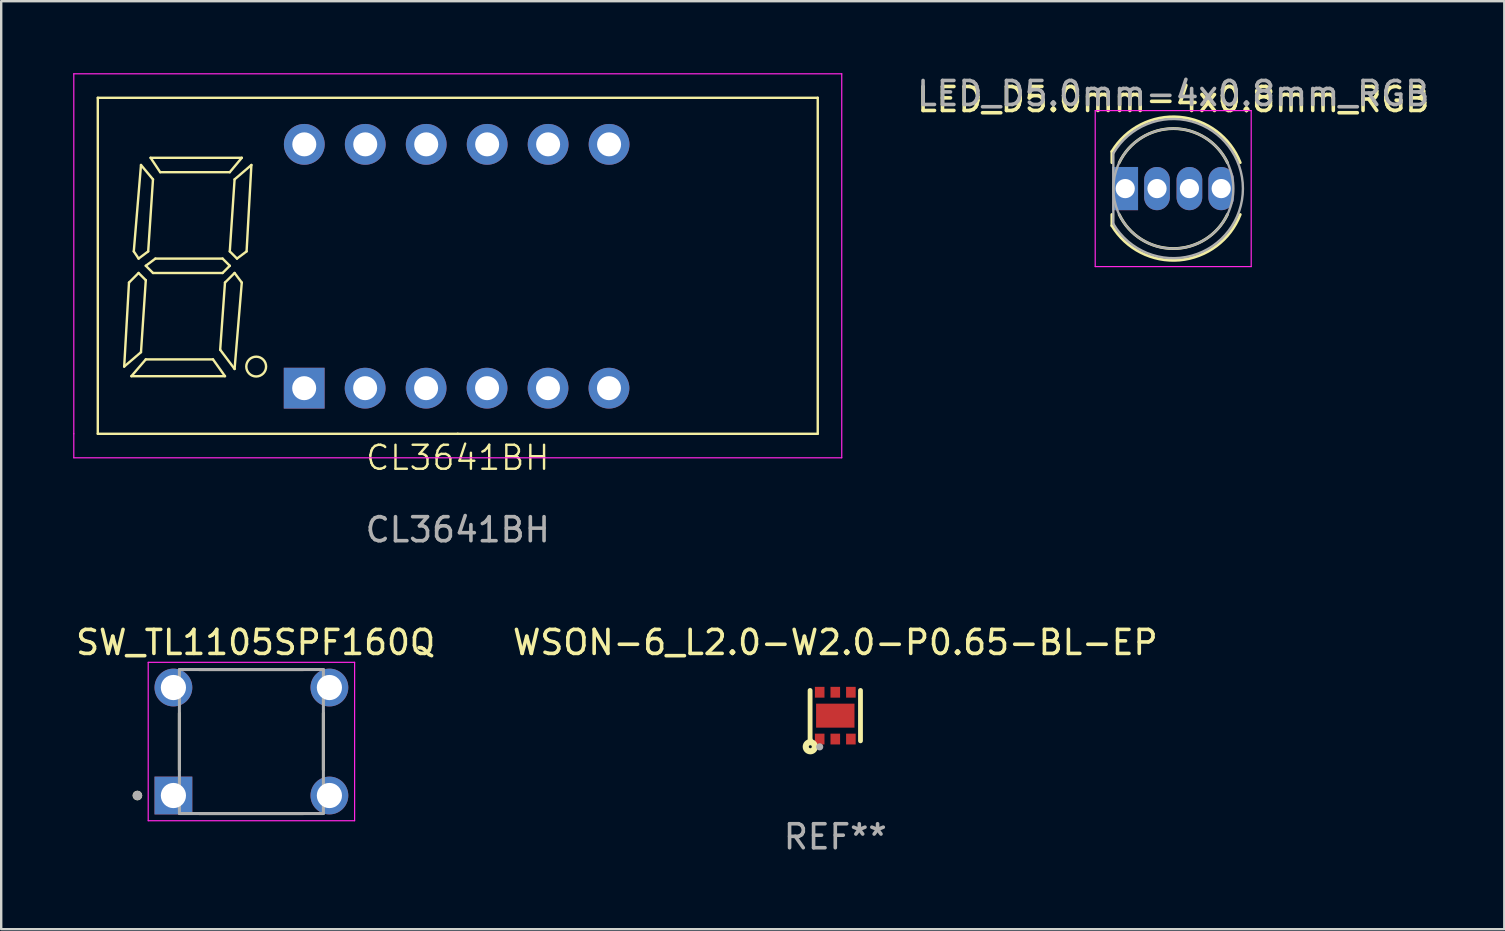
<source format=kicad_pcb>
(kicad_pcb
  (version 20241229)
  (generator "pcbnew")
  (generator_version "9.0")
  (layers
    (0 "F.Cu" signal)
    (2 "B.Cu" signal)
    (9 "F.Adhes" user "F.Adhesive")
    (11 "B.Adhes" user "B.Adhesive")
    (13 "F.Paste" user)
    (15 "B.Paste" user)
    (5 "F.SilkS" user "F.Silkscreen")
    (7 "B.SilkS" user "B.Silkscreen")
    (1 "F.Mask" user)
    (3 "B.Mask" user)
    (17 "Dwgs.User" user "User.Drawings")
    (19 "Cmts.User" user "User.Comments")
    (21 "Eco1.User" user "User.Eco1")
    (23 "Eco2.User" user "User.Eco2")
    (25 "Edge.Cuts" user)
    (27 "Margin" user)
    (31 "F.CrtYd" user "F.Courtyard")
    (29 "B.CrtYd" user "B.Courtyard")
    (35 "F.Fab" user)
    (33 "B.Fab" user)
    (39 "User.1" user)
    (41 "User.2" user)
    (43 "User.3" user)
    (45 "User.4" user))
  (footprint "CL3641BH"
    (layer "F.Cu")
    (at 16.025 15.025)
    (property "Reference" "CL3641BH" (at 0 1 0) (unlocked yes) (layer "F.SilkS") (effects (font (size 1 1) (thickness 0.1))))
    (attr through_hole)
    (fp_line (start -15 -14) (end 15 -14) (stroke (width 0.1) (type default)) (layer "F.SilkS"))
    (fp_line (start -15 0) (end -15 -14) (stroke (width 0.1) (type default)) (layer "F.SilkS"))
    (fp_line (start -13.9 -2.8) (end -13.2 -3.4) (stroke (width 0.1) (type default)) (layer "F.SilkS"))
    (fp_line (start -13.7 -6.3) (end -13.9 -2.8) (stroke (width 0.1) (type default)) (layer "F.SilkS"))
    (fp_line (start -13.6 -2.4) (end -9.7 -2.4) (stroke (width 0.1) (type default)) (layer "F.SilkS"))
    (fp_line (start -13.5 -7.6) (end -13.3 -7.3) (stroke (width 0.1) (type default)) (layer "F.SilkS"))
    (fp_line (start -13.3 -7.3) (end -12.9 -7.6) (stroke (width 0.1) (type default)) (layer "F.SilkS"))
    (fp_line (start -13.3 -6.7) (end -13.7 -6.3) (stroke (width 0.1) (type default)) (layer "F.SilkS"))
    (fp_line (start -13.2 -11.2) (end -13.5 -7.6) (stroke (width 0.1) (type default)) (layer "F.SilkS"))
    (fp_line (start -13.2 -3.4) (end -13 -6.4) (stroke (width 0.1) (type default)) (layer "F.SilkS"))
    (fp_line (start -13 -7) (end -12.6 -7.3) (stroke (width 0.1) (type default)) (layer "F.SilkS"))
    (fp_line (start -13 -6.4) (end -13.3 -6.7) (stroke (width 0.1) (type default)) (layer "F.SilkS"))
    (fp_line (start -13 -3.1) (end -13.6 -2.4) (stroke (width 0.1) (type default)) (layer "F.SilkS"))
    (fp_line (start -12.9 -7.6) (end -12.7 -10.6) (stroke (width 0.1) (type default)) (layer "F.SilkS"))
    (fp_line (start -12.8 -11.5) (end -9 -11.5) (stroke (width 0.1) (type default)) (layer "F.SilkS"))
    (fp_line (start -12.7 -10.6) (end -13.2 -11.2) (stroke (width 0.1) (type default)) (layer "F.SilkS"))
    (fp_line (start -12.7 -6.7) (end -13 -7) (stroke (width 0.1) (type default)) (layer "F.SilkS"))
    (fp_line (start -12.6 -7.3) (end -9.8 -7.3) (stroke (width 0.1) (type default)) (layer "F.SilkS"))
    (fp_line (start -12.4 -10.9) (end -12.8 -11.5) (stroke (width 0.1) (type default)) (layer "F.SilkS"))
    (fp_line (start -10.2 -3.1) (end -13 -3.1) (stroke (width 0.1) (type default)) (layer "F.SilkS"))
    (fp_line (start -9.9 -3.5) (end -9.7 -6.3) (stroke (width 0.1) (type default)) (layer "F.SilkS"))
    (fp_line (start -9.9 -3.5) (end -9.3 -2.7) (stroke (width 0.1) (type default)) (layer "F.SilkS"))
    (fp_line (start -9.8 -7.3) (end -9.5 -7) (stroke (width 0.1) (type default)) (layer "F.SilkS"))
    (fp_line (start -9.8 -6.7) (end -12.7 -6.7) (stroke (width 0.1) (type default)) (layer "F.SilkS"))
    (fp_line (start -9.7 -6.3) (end -9.3 -6.7) (stroke (width 0.1) (type default)) (layer "F.SilkS"))
    (fp_line (start -9.7 -2.4) (end -10.2 -3.1) (stroke (width 0.1) (type default)) (layer "F.SilkS"))
    (fp_line (start -9.5 -10.9) (end -12.4 -10.9) (stroke (width 0.1) (type default)) (layer "F.SilkS"))
    (fp_line (start -9.5 -7.6) (end -9.2 -7.3) (stroke (width 0.1) (type default)) (layer "F.SilkS"))
    (fp_line (start -9.5 -7) (end -9.8 -6.7) (stroke (width 0.1) (type default)) (layer "F.SilkS"))
    (fp_line (start -9.3 -10.6) (end -9.5 -7.6) (stroke (width 0.1) (type default)) (layer "F.SilkS"))
    (fp_line (start -9.3 -6.7) (end -9 -6.3) (stroke (width 0.1) (type default)) (layer "F.SilkS"))
    (fp_line (start -9 -11.5) (end -9.5 -10.9) (stroke (width 0.1) (type default)) (layer "F.SilkS"))
    (fp_line (start -9 -6.3) (end -9.3 -2.7) (stroke (width 0.1) (type default)) (layer "F.SilkS"))
    (fp_line (start -8.8 -7.6) (end -9.2 -7.3) (stroke (width 0.1) (type default)) (layer "F.SilkS"))
    (fp_line (start -8.6 -11.2) (end -9.3 -10.6) (stroke (width 0.1) (type default)) (layer "F.SilkS"))
    (fp_line (start -8.6 -11.2) (end -8.8 -7.6) (stroke (width 0.1) (type default)) (layer "F.SilkS"))
    (fp_line (start 0 0) (end -15 0) (stroke (width 0.1) (type default)) (layer "F.SilkS"))
    (fp_line (start 15 -14) (end 15 0) (stroke (width 0.1) (type default)) (layer "F.SilkS"))
    (fp_line (start 15 0) (end 0 0) (stroke (width 0.1) (type default)) (layer "F.SilkS"))
    (fp_circle (center -8.4 -2.8) (end -8.5 -2.4) (stroke (width 0.1) (type default)) (fill no) (layer "F.SilkS"))
    (fp_line (start -16 -15) (end 16 -15) (stroke (width 0.05) (type default)) (layer "F.CrtYd"))
    (fp_line (start -16 0) (end -16 -15) (stroke (width 0.05) (type default)) (layer "F.CrtYd"))
    (fp_line (start -16 1) (end -16 0) (stroke (width 0.05) (type default)) (layer "F.CrtYd"))
    (fp_line (start 16 -15) (end 16 1) (stroke (width 0.05) (type default)) (layer "F.CrtYd"))
    (fp_line (start 16 1) (end -16 1) (stroke (width 0.05) (type default)) (layer "F.CrtYd"))
    (fp_text user "${REFERENCE}" (at 0 4 0) (unlocked yes) (layer "F.Fab") (effects (font (size 1 1) (thickness 0.15))))
    (pad "1" thru_hole rect (at -6.4 -1.9 90) (size 1.7 1.7) (drill 1) (layers "*.Cu" "*.Mask"))
    (pad "2" thru_hole oval (at -3.86 -1.9 90) (size 1.7 1.7) (drill 1) (layers "*.Cu" "*.Mask"))
    (pad "3" thru_hole oval (at -1.32 -1.9 90) (size 1.7 1.7) (drill 1) (layers "*.Cu" "*.Mask"))
    (pad "4" thru_hole oval (at 1.22 -1.9 90) (size 1.7 1.7) (drill 1) (layers "*.Cu" "*.Mask"))
    (pad "5" thru_hole oval (at 3.76 -1.9 90) (size 1.7 1.7) (drill 1) (layers "*.Cu" "*.Mask"))
    (pad "6" thru_hole oval (at 6.3 -1.9 90) (size 1.7 1.7) (drill 1) (layers "*.Cu" "*.Mask"))
    (pad "7" thru_hole oval (at 6.305 -12.06 90) (size 1.7 1.7) (drill 1) (layers "*.Cu" "*.Mask"))
    (pad "8" thru_hole oval (at 3.765 -12.06 90) (size 1.7 1.7) (drill 1) (layers "*.Cu" "*.Mask"))
    (pad "9" thru_hole oval (at 1.225 -12.06 90) (size 1.7 1.7) (drill 1) (layers "*.Cu" "*.Mask"))
    (pad "10" thru_hole oval (at -1.315 -12.06 90) (size 1.7 1.7) (drill 1) (layers "*.Cu" "*.Mask"))
    (pad "11" thru_hole oval (at -3.855 -12.06 90) (size 1.7 1.7) (drill 1) (layers "*.Cu" "*.Mask"))
    (pad "12" thru_hole oval (at -6.395 -12.06 90) (size 1.7 1.7) (drill 1) (layers "*.Cu" "*.Mask")))
  (footprint "LED_D5.0mm-4x0.8mm_RGB"
    (layer "F.Cu")
    (at 43.937 4.808)
    (property "Reference" "LED_D5.0mm-4x0.8mm_RGB" (at 1.905 -3.71 0) (layer "F.SilkS") (effects (font (size 1 1) (thickness 0.15))))
    (attr through_hole)
    (fp_line (start -0.655 -1.545) (end -0.655 -1.08) (stroke (width 0.12) (type solid)) (layer "F.SilkS"))
    (fp_line (start -0.655 1.08) (end -0.655 1.545) (stroke (width 0.12) (type solid)) (layer "F.SilkS"))
    (fp_arc (start -0.655 -1.54483) (mid 2.163456 -2.978809) (end 4.692815 -1.080827) (stroke (width 0.12) (type solid)) (layer "F.SilkS"))
    (fp_arc (start -0.349684 -1.08) (mid 1.904762 -2.5) (end 4.159479 -1.080429) (stroke (width 0.12) (type solid)) (layer "F.SilkS"))
    (fp_arc (start 4.159479 1.080429) (mid 1.904762 2.5) (end -0.349684 1.08) (stroke (width 0.12) (type solid)) (layer "F.SilkS"))
    (fp_arc (start 4.692815 1.080827) (mid 2.163456 2.978808) (end -0.655 1.54483) (stroke (width 0.12) (type solid)) (layer "F.SilkS"))
    (fp_line (start -1.35 -3.25) (end -1.35 3.25) (stroke (width 0.05) (type solid)) (layer "F.CrtYd"))
    (fp_line (start -1.35 3.25) (end 5.15 3.25) (stroke (width 0.05) (type solid)) (layer "F.CrtYd"))
    (fp_line (start 5.15 -3.25) (end -1.35 -3.25) (stroke (width 0.05) (type solid)) (layer "F.CrtYd"))
    (fp_line (start 5.15 3.25) (end 5.15 -3.25) (stroke (width 0.05) (type solid)) (layer "F.CrtYd"))
    (fp_line (start -0.595 -1.47) (end -0.595 1.47) (stroke (width 0.1) (type solid)) (layer "F.Fab"))
    (fp_arc (start -0.595 -1.469694) (mid 4.805 0.000016) (end -0.595016 1.469666) (stroke (width 0.1) (type solid)) (layer "F.Fab"))
    (fp_circle (center 1.905 0) (end 4.405 0) (stroke (width 0.1) (type solid)) (fill no) (layer "F.Fab"))
    (fp_text user "${REFERENCE}" (at 1.905 -3.96 0) (layer "F.Fab") (effects (font (size 1 1) (thickness 0.15))))
    (pad "1" thru_hole rect (at -0.1 0) (size 1.07 1.8) (drill 0.8) (layers "*.Cu" "*.Mask"))
    (pad "2" thru_hole oval (at 1.225 0) (size 1.07 1.8) (drill 0.8) (layers "*.Cu" "*.Mask"))
    (pad "3" thru_hole oval (at 2.575 0) (size 1.07 1.8) (drill 0.8) (layers "*.Cu" "*.Mask"))
    (pad "4" thru_hole oval (at 3.9 0) (size 1.07 1.8) (drill 0.8) (layers "*.Cu" "*.Mask")))
  (footprint "SW_TL1105SPF160Q"
    (layer "F.Cu")
    (at 7.426 27.849)
    (property "Reference" "SW_TL1105SPF160Q" (at 0.175 -4.128 0) (layer "F.SilkS") (effects (font (size 1 1) (thickness 0.15))))
    (attr through_hole)
    (fp_line (start -3 -1.18) (end -3 1.18) (stroke (width 0.127) (type solid)) (layer "F.SilkS"))
    (fp_line (start -2.18 -3) (end 2.18 -3) (stroke (width 0.127) (type solid)) (layer "F.SilkS"))
    (fp_line (start -2.18 3) (end 2.18 3) (stroke (width 0.127) (type solid)) (layer "F.SilkS"))
    (fp_line (start 3 -1.18) (end 3 1.18) (stroke (width 0.127) (type solid)) (layer "F.SilkS"))
    (fp_circle (center -4.75 2.25) (end -4.65 2.25) (stroke (width 0.2) (type solid)) (fill no) (layer "F.SilkS"))
    (fp_line (start -4.3 -3.3) (end -4.3 3.3) (stroke (width 0.05) (type solid)) (layer "F.CrtYd"))
    (fp_line (start -4.3 3.3) (end 4.3 3.3) (stroke (width 0.05) (type solid)) (layer "F.CrtYd"))
    (fp_line (start 4.3 -3.3) (end -4.3 -3.3) (stroke (width 0.05) (type solid)) (layer "F.CrtYd"))
    (fp_line (start 4.3 3.3) (end 4.3 -3.3) (stroke (width 0.05) (type solid)) (layer "F.CrtYd"))
    (fp_line (start -3 -3) (end -3 3) (stroke (width 0.127) (type solid)) (layer "F.Fab"))
    (fp_line (start -3 3) (end 3 3) (stroke (width 0.127) (type solid)) (layer "F.Fab"))
    (fp_line (start 3 -3) (end -3 -3) (stroke (width 0.127) (type solid)) (layer "F.Fab"))
    (fp_line (start 3 3) (end 3 -3) (stroke (width 0.127) (type solid)) (layer "F.Fab"))
    (fp_circle (center -4.75 2.25) (end -4.65 2.25) (stroke (width 0.2) (type solid)) (fill no) (layer "F.Fab"))
    (pad "1" thru_hole rect (at -3.25 2.25) (size 1.575 1.575) (drill 1.05) (layers "*.Cu" "*.Mask"))
    (pad "2" thru_hole circle (at 3.25 2.25) (size 1.575 1.575) (drill 1.05) (layers "*.Cu" "*.Mask"))
    (pad "3" thru_hole circle (at -3.25 -2.25) (size 1.575 1.575) (drill 1.05) (layers "*.Cu" "*.Mask"))
    (pad "4" thru_hole circle (at 3.25 -2.25) (size 1.575 1.575) (drill 1.05) (layers "*.Cu" "*.Mask")))
  (footprint "WSON-6_L2.0-W2.0-P0.65-BL-EP"
    (layer "F.Cu")
    (at 31.756 26.771)
    (property "Reference" "WSON-6_L2.0-W2.0-P0.65-BL-EP" (at -0.000051 -3.05 0) (layer "F.SilkS") (effects (font (size 1 1) (thickness 0.15))))
    (attr smd)
    (fp_line (start -1.05 1.049) (end -1.05 -1.05) (stroke (width 0.201) (type solid)) (layer "F.SilkS"))
    (fp_line (start 1.05 1.049) (end 1.05 -1.05) (stroke (width 0.201) (type solid)) (layer "F.SilkS"))
    (fp_circle (center -1.041 1.295) (end -0.978 1.295) (stroke (width 0.254) (type solid)) (fill no) (layer "F.SilkS"))
    (fp_circle (center -1 1) (end -0.97 1) (stroke (width 0.06) (type solid)) (fill no) (layer "F.SilkS"))
    (fp_circle (center -0.65 1.3) (end -0.575 1.3) (stroke (width 0.15) (type solid)) (fill no) (layer "F.Fab"))
    (fp_text user "REF**" (at -0.000051 5.049 0) (layer "F.Fab") (effects (font (size 1 1) (thickness 0.15))))
    (pad "1" smd rect (at -0.65 0.975) (size 0.4 0.45) (layers "F.Cu" "F.Mask" "F.Paste"))
    (pad "2" smd rect (at -0.000051 0.975) (size 0.4 0.45) (layers "F.Cu" "F.Mask" "F.Paste"))
    (pad "3" smd rect (at 0.65 0.975) (size 0.4 0.45) (layers "F.Cu" "F.Mask" "F.Paste"))
    (pad "4" smd rect (at 0.65 -0.975) (size 0.4 0.45) (layers "F.Cu" "F.Mask" "F.Paste"))
    (pad "5" smd rect (at -0.000051 -0.975) (size 0.4 0.45) (layers "F.Cu" "F.Mask" "F.Paste"))
    (pad "6" smd rect (at -0.65 -0.975) (size 0.4 0.45) (layers "F.Cu" "F.Mask" "F.Paste"))
    (pad "7" smd rect (at -0.000051 0.000051 90) (size 1 1.6) (layers "F.Cu" "F.Mask" "F.Paste")))
  (gr_rect
    (start -3 -3)
    (end 59.633 35.669)
    (stroke (width 0.1) (type default))
    (fill no)
    (layer "Edge.Cuts")))
</source>
